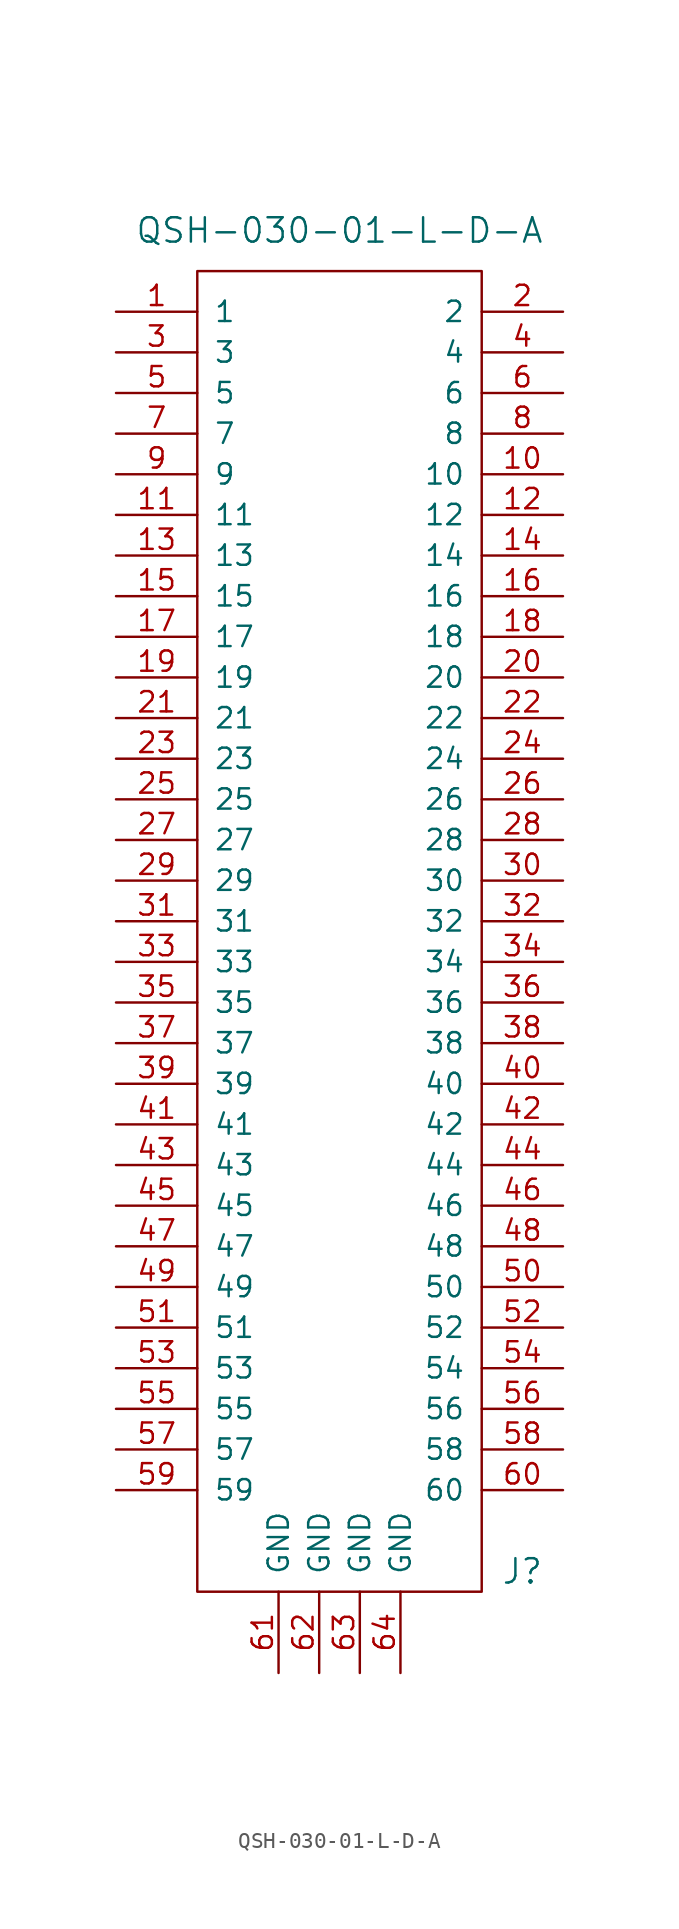
<source format=kicad_sym>
(kicad_symbol_lib
  (version 20220914)
  (generator kicad_symbol_editor)
  (symbol "QSH-030-01-L-D-A"
    (pin_names
      (offset 1.016))
    (property "Reference" "J"
      (at 11.43 -41.91 0)
      (effects (font (size 1.524 1.524))))
    (property "Value" "QSH-030-01-L-D-A"
      (at 0 41.91 0)
      (effects (font (size 1.524 1.524))))
    (symbol "QSH-030-01-L-D-A_0_1"
      (rectangle (start -8.89 39.37) (end 8.89 -43.18) (stroke (width 0) (type solid)) (fill (type none))))
    (symbol "QSH-030-01-L-D-A_1_1"
      (pin passive line (at -13.97 36.83 0) (length 5.08) (name "1" (effects (font (size 1.27 1.27)))) (number "1" (effects (font (size 1.27 1.27)))))
      (pin passive line (at 13.97 26.67 180) (length 5.08) (name "10" (effects (font (size 1.27 1.27)))) (number "10" (effects (font (size 1.27 1.27)))))
      (pin passive line (at -13.97 24.13 0) (length 5.08) (name "11" (effects (font (size 1.27 1.27)))) (number "11" (effects (font (size 1.27 1.27)))))
      (pin passive line (at 13.97 24.13 180) (length 5.08) (name "12" (effects (font (size 1.27 1.27)))) (number "12" (effects (font (size 1.27 1.27)))))
      (pin passive line (at -13.97 21.59 0) (length 5.08) (name "13" (effects (font (size 1.27 1.27)))) (number "13" (effects (font (size 1.27 1.27)))))
      (pin passive line (at 13.97 21.59 180) (length 5.08) (name "14" (effects (font (size 1.27 1.27)))) (number "14" (effects (font (size 1.27 1.27)))))
      (pin passive line (at -13.97 19.05 0) (length 5.08) (name "15" (effects (font (size 1.27 1.27)))) (number "15" (effects (font (size 1.27 1.27)))))
      (pin passive line (at 13.97 19.05 180) (length 5.08) (name "16" (effects (font (size 1.27 1.27)))) (number "16" (effects (font (size 1.27 1.27)))))
      (pin passive line (at -13.97 16.51 0) (length 5.08) (name "17" (effects (font (size 1.27 1.27)))) (number "17" (effects (font (size 1.27 1.27)))))
      (pin passive line (at 13.97 16.51 180) (length 5.08) (name "18" (effects (font (size 1.27 1.27)))) (number "18" (effects (font (size 1.27 1.27)))))
      (pin passive line (at -13.97 13.97 0) (length 5.08) (name "19" (effects (font (size 1.27 1.27)))) (number "19" (effects (font (size 1.27 1.27)))))
      (pin passive line (at 13.97 36.83 180) (length 5.08) (name "2" (effects (font (size 1.27 1.27)))) (number "2" (effects (font (size 1.27 1.27)))))
      (pin passive line (at 13.97 13.97 180) (length 5.08) (name "20" (effects (font (size 1.27 1.27)))) (number "20" (effects (font (size 1.27 1.27)))))
      (pin passive line (at -13.97 11.43 0) (length 5.08) (name "21" (effects (font (size 1.27 1.27)))) (number "21" (effects (font (size 1.27 1.27)))))
      (pin passive line (at 13.97 11.43 180) (length 5.08) (name "22" (effects (font (size 1.27 1.27)))) (number "22" (effects (font (size 1.27 1.27)))))
      (pin passive line (at -13.97 8.89 0) (length 5.08) (name "23" (effects (font (size 1.27 1.27)))) (number "23" (effects (font (size 1.27 1.27)))))
      (pin passive line (at 13.97 8.89 180) (length 5.08) (name "24" (effects (font (size 1.27 1.27)))) (number "24" (effects (font (size 1.27 1.27)))))
      (pin passive line (at -13.97 6.35 0) (length 5.08) (name "25" (effects (font (size 1.27 1.27)))) (number "25" (effects (font (size 1.27 1.27)))))
      (pin passive line (at 13.97 6.35 180) (length 5.08) (name "26" (effects (font (size 1.27 1.27)))) (number "26" (effects (font (size 1.27 1.27)))))
      (pin passive line (at -13.97 3.81 0) (length 5.08) (name "27" (effects (font (size 1.27 1.27)))) (number "27" (effects (font (size 1.27 1.27)))))
      (pin passive line (at 13.97 3.81 180) (length 5.08) (name "28" (effects (font (size 1.27 1.27)))) (number "28" (effects (font (size 1.27 1.27)))))
      (pin passive line (at -13.97 1.27 0) (length 5.08) (name "29" (effects (font (size 1.27 1.27)))) (number "29" (effects (font (size 1.27 1.27)))))
      (pin passive line (at -13.97 34.29 0) (length 5.08) (name "3" (effects (font (size 1.27 1.27)))) (number "3" (effects (font (size 1.27 1.27)))))
      (pin passive line (at 13.97 1.27 180) (length 5.08) (name "30" (effects (font (size 1.27 1.27)))) (number "30" (effects (font (size 1.27 1.27)))))
      (pin passive line (at -13.97 -1.27 0) (length 5.08) (name "31" (effects (font (size 1.27 1.27)))) (number "31" (effects (font (size 1.27 1.27)))))
      (pin passive line (at 13.97 -1.27 180) (length 5.08) (name "32" (effects (font (size 1.27 1.27)))) (number "32" (effects (font (size 1.27 1.27)))))
      (pin passive line (at -13.97 -3.81 0) (length 5.08) (name "33" (effects (font (size 1.27 1.27)))) (number "33" (effects (font (size 1.27 1.27)))))
      (pin passive line (at 13.97 -3.81 180) (length 5.08) (name "34" (effects (font (size 1.27 1.27)))) (number "34" (effects (font (size 1.27 1.27)))))
      (pin passive line (at -13.97 -6.35 0) (length 5.08) (name "35" (effects (font (size 1.27 1.27)))) (number "35" (effects (font (size 1.27 1.27)))))
      (pin passive line (at 13.97 -6.35 180) (length 5.08) (name "36" (effects (font (size 1.27 1.27)))) (number "36" (effects (font (size 1.27 1.27)))))
      (pin passive line (at -13.97 -8.89 0) (length 5.08) (name "37" (effects (font (size 1.27 1.27)))) (number "37" (effects (font (size 1.27 1.27)))))
      (pin passive line (at 13.97 -8.89 180) (length 5.08) (name "38" (effects (font (size 1.27 1.27)))) (number "38" (effects (font (size 1.27 1.27)))))
      (pin passive line (at -13.97 -11.43 0) (length 5.08) (name "39" (effects (font (size 1.27 1.27)))) (number "39" (effects (font (size 1.27 1.27)))))
      (pin passive line (at 13.97 34.29 180) (length 5.08) (name "4" (effects (font (size 1.27 1.27)))) (number "4" (effects (font (size 1.27 1.27)))))
      (pin passive line (at 13.97 -11.43 180) (length 5.08) (name "40" (effects (font (size 1.27 1.27)))) (number "40" (effects (font (size 1.27 1.27)))))
      (pin passive line (at -13.97 -13.97 0) (length 5.08) (name "41" (effects (font (size 1.27 1.27)))) (number "41" (effects (font (size 1.27 1.27)))))
      (pin passive line (at 13.97 -13.97 180) (length 5.08) (name "42" (effects (font (size 1.27 1.27)))) (number "42" (effects (font (size 1.27 1.27)))))
      (pin passive line (at -13.97 -16.51 0) (length 5.08) (name "43" (effects (font (size 1.27 1.27)))) (number "43" (effects (font (size 1.27 1.27)))))
      (pin passive line (at 13.97 -16.51 180) (length 5.08) (name "44" (effects (font (size 1.27 1.27)))) (number "44" (effects (font (size 1.27 1.27)))))
      (pin passive line (at -13.97 -19.05 0) (length 5.08) (name "45" (effects (font (size 1.27 1.27)))) (number "45" (effects (font (size 1.27 1.27)))))
      (pin passive line (at 13.97 -19.05 180) (length 5.08) (name "46" (effects (font (size 1.27 1.27)))) (number "46" (effects (font (size 1.27 1.27)))))
      (pin passive line (at -13.97 -21.59 0) (length 5.08) (name "47" (effects (font (size 1.27 1.27)))) (number "47" (effects (font (size 1.27 1.27)))))
      (pin passive line (at 13.97 -21.59 180) (length 5.08) (name "48" (effects (font (size 1.27 1.27)))) (number "48" (effects (font (size 1.27 1.27)))))
      (pin passive line (at -13.97 -24.13 0) (length 5.08) (name "49" (effects (font (size 1.27 1.27)))) (number "49" (effects (font (size 1.27 1.27)))))
      (pin passive line (at -13.97 31.75 0) (length 5.08) (name "5" (effects (font (size 1.27 1.27)))) (number "5" (effects (font (size 1.27 1.27)))))
      (pin passive line (at 13.97 -24.13 180) (length 5.08) (name "50" (effects (font (size 1.27 1.27)))) (number "50" (effects (font (size 1.27 1.27)))))
      (pin passive line (at -13.97 -26.67 0) (length 5.08) (name "51" (effects (font (size 1.27 1.27)))) (number "51" (effects (font (size 1.27 1.27)))))
      (pin passive line (at 13.97 -26.67 180) (length 5.08) (name "52" (effects (font (size 1.27 1.27)))) (number "52" (effects (font (size 1.27 1.27)))))
      (pin passive line (at -13.97 -29.21 0) (length 5.08) (name "53" (effects (font (size 1.27 1.27)))) (number "53" (effects (font (size 1.27 1.27)))))
      (pin passive line (at 13.97 -29.21 180) (length 5.08) (name "54" (effects (font (size 1.27 1.27)))) (number "54" (effects (font (size 1.27 1.27)))))
      (pin passive line (at -13.97 -31.75 0) (length 5.08) (name "55" (effects (font (size 1.27 1.27)))) (number "55" (effects (font (size 1.27 1.27)))))
      (pin passive line (at 13.97 -31.75 180) (length 5.08) (name "56" (effects (font (size 1.27 1.27)))) (number "56" (effects (font (size 1.27 1.27)))))
      (pin passive line (at -13.97 -34.29 0) (length 5.08) (name "57" (effects (font (size 1.27 1.27)))) (number "57" (effects (font (size 1.27 1.27)))))
      (pin passive line (at 13.97 -34.29 180) (length 5.08) (name "58" (effects (font (size 1.27 1.27)))) (number "58" (effects (font (size 1.27 1.27)))))
      (pin passive line (at -13.97 -36.83 0) (length 5.08) (name "59" (effects (font (size 1.27 1.27)))) (number "59" (effects (font (size 1.27 1.27)))))
      (pin passive line (at 13.97 31.75 180) (length 5.08) (name "6" (effects (font (size 1.27 1.27)))) (number "6" (effects (font (size 1.27 1.27)))))
      (pin passive line (at 13.97 -36.83 180) (length 5.08) (name "60" (effects (font (size 1.27 1.27)))) (number "60" (effects (font (size 1.27 1.27)))))
      (pin power_in line (at -3.81 -48.26 90) (length 5.08) (name "GND" (effects (font (size 1.27 1.27)))) (number "61" (effects (font (size 1.27 1.27)))))
      (pin power_in line (at -1.27 -48.26 90) (length 5.08) (name "GND" (effects (font (size 1.27 1.27)))) (number "62" (effects (font (size 1.27 1.27)))))
      (pin power_in line (at 1.27 -48.26 90) (length 5.08) (name "GND" (effects (font (size 1.27 1.27)))) (number "63" (effects (font (size 1.27 1.27)))))
      (pin power_in line (at 3.81 -48.26 90) (length 5.08) (name "GND" (effects (font (size 1.27 1.27)))) (number "64" (effects (font (size 1.27 1.27)))))
      (pin passive line (at -13.97 29.21 0) (length 5.08) (name "7" (effects (font (size 1.27 1.27)))) (number "7" (effects (font (size 1.27 1.27)))))
      (pin passive line (at 13.97 29.21 180) (length 5.08) (name "8" (effects (font (size 1.27 1.27)))) (number "8" (effects (font (size 1.27 1.27)))))
      (pin passive line (at -13.97 26.67 0) (length 5.08) (name "9" (effects (font (size 1.27 1.27)))) (number "9" (effects (font (size 1.27 1.27))))))))
</source>
